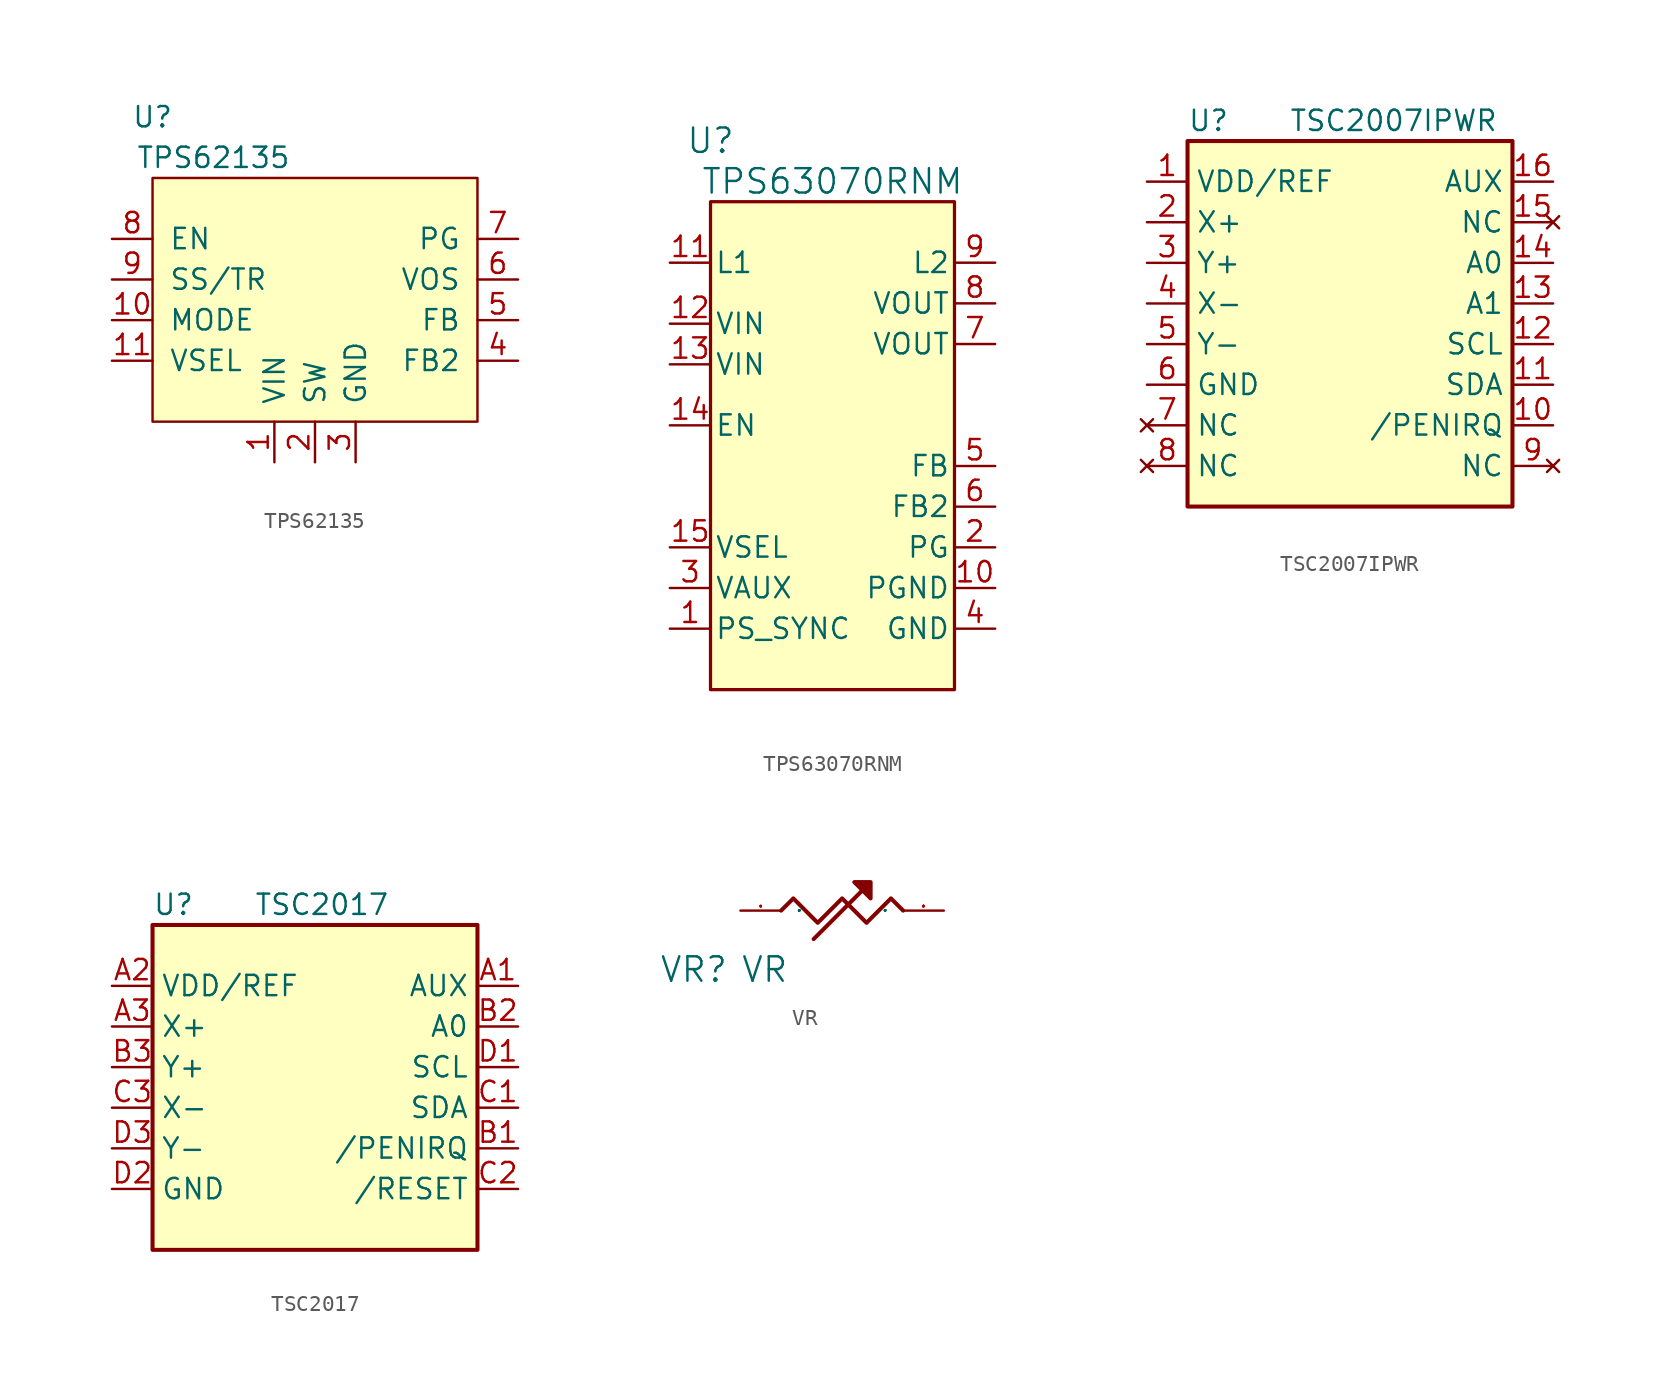
<source format=kicad_sym>
(kicad_symbol_lib
  (version 20201005)
  (generator kicad_symbol_editor)
  (symbol "mSchLibrary:TPS62135"
    (pin_names
      (offset 1.016))
    (property "Reference" "U"
      (at -10.16 11.43 0)
      (effects (font (size 1.27 1.27))))
    (property "Value" "TPS62135"
      (at -6.35 8.89 0)
      (effects (font (size 1.27 1.27))))
    (symbol "TPS62135_0_0"
      (pin power_in line (at -2.54 -10.16 90) (length 2.54) (name "VIN" (effects (font (size 1.27 1.27)))) (number "1" (effects (font (size 1.27 1.27)))))
      (pin input line (at -12.7 -1.27 0) (length 2.54) (name "MODE" (effects (font (size 1.27 1.27)))) (number "10" (effects (font (size 1.27 1.27)))))
      (pin input line (at -12.7 -3.81 0) (length 2.54) (name "VSEL" (effects (font (size 1.27 1.27)))) (number "11" (effects (font (size 1.27 1.27)))))
      (pin power_out line (at 0 -10.16 90) (length 2.54) (name "SW" (effects (font (size 1.27 1.27)))) (number "2" (effects (font (size 1.27 1.27)))))
      (pin power_in line (at 2.54 -10.16 90) (length 2.54) (name "GND" (effects (font (size 1.27 1.27)))) (number "3" (effects (font (size 1.27 1.27)))))
      (pin output line (at 12.7 -3.81 180) (length 2.54) (name "FB2" (effects (font (size 1.27 1.27)))) (number "4" (effects (font (size 1.27 1.27)))))
      (pin input line (at 12.7 -1.27 180) (length 2.54) (name "FB" (effects (font (size 1.27 1.27)))) (number "5" (effects (font (size 1.27 1.27)))))
      (pin input line (at 12.7 1.27 180) (length 2.54) (name "VOS" (effects (font (size 1.27 1.27)))) (number "6" (effects (font (size 1.27 1.27)))))
      (pin output line (at 12.7 3.81 180) (length 2.54) (name "PG" (effects (font (size 1.27 1.27)))) (number "7" (effects (font (size 1.27 1.27)))))
      (pin input line (at -12.7 3.81 0) (length 2.54) (name "EN" (effects (font (size 1.27 1.27)))) (number "8" (effects (font (size 1.27 1.27)))))
      (pin input line (at -12.7 1.27 0) (length 2.54) (name "SS/TR" (effects (font (size 1.27 1.27)))) (number "9" (effects (font (size 1.27 1.27))))))
    (symbol "TPS62135_0_1"
      (rectangle (start -10.16 7.62) (end 10.16 -7.62) (stroke (width 0)) (fill (type background)))))
  (symbol "mSchLibrary:TPS63070RNM"
    (pin_names
      (offset 0.254))
    (property "Reference" "U"
      (at -7.62 19.05 0)
      (effects (font (size 1.524 1.524))))
    (property "Value" "TPS63070RNM"
      (at 0 16.51 0)
      (effects (font (size 1.524 1.524))))
    (symbol "TPS63070RNM_0_0"
      (rectangle (start 7.62 15.24) (end -7.62 -15.24) (stroke (width 0.203)) (fill (type background))))
    (symbol "TPS63070RNM_1_0"
      (pin input line (at -10.16 -11.43 0) (length 2.54) (name "PS_SYNC" (effects (font (size 1.27 1.27)))) (number "1" (effects (font (size 1.27 1.27)))))
      (pin power_in line (at 10.16 -8.89 180) (length 2.54) (name "PGND" (effects (font (size 1.27 1.27)))) (number "10" (effects (font (size 1.27 1.27)))))
      (pin input line (at -10.16 11.43 0) (length 2.54) (name "L1" (effects (font (size 1.27 1.27)))) (number "11" (effects (font (size 1.27 1.27)))))
      (pin power_in line (at -10.16 7.62 0) (length 2.54) (name "VIN" (effects (font (size 1.27 1.27)))) (number "12" (effects (font (size 1.27 1.27)))))
      (pin power_in line (at -10.16 5.08 0) (length 2.54) (name "VIN" (effects (font (size 1.27 1.27)))) (number "13" (effects (font (size 1.27 1.27)))))
      (pin input line (at -10.16 1.27 0) (length 2.54) (name "EN" (effects (font (size 1.27 1.27)))) (number "14" (effects (font (size 1.27 1.27)))))
      (pin input line (at -10.16 -6.35 0) (length 2.54) (name "VSEL" (effects (font (size 1.27 1.27)))) (number "15" (effects (font (size 1.27 1.27)))))
      (pin output line (at 10.16 -6.35 180) (length 2.54) (name "PG" (effects (font (size 1.27 1.27)))) (number "2" (effects (font (size 1.27 1.27)))))
      (pin output line (at -10.16 -8.89 0) (length 2.54) (name "VAUX" (effects (font (size 1.27 1.27)))) (number "3" (effects (font (size 1.27 1.27)))))
      (pin input line (at 10.16 -11.43 180) (length 2.54) (name "GND" (effects (font (size 1.27 1.27)))) (number "4" (effects (font (size 1.27 1.27)))))
      (pin input line (at 10.16 -1.27 180) (length 2.54) (name "FB" (effects (font (size 1.27 1.27)))) (number "5" (effects (font (size 1.27 1.27)))))
      (pin output line (at 10.16 -3.81 180) (length 2.54) (name "FB2" (effects (font (size 1.27 1.27)))) (number "6" (effects (font (size 1.27 1.27)))))
      (pin power_out line (at 10.16 6.35 180) (length 2.54) (name "VOUT" (effects (font (size 1.27 1.27)))) (number "7" (effects (font (size 1.27 1.27)))))
      (pin power_out line (at 10.16 8.89 180) (length 2.54) (name "VOUT" (effects (font (size 1.27 1.27)))) (number "8" (effects (font (size 1.27 1.27)))))
      (pin input line (at 10.16 11.43 180) (length 2.54) (name "L2" (effects (font (size 1.27 1.27)))) (number "9" (effects (font (size 1.27 1.27)))))))
  (symbol "mSchLibrary:TSC2007IPWR"
    (property "Reference" "U"
      (at -10.16 12.7 0)
      (effects (font (size 1.27 1.27)) (justify left)))
    (property "Value" "TSC2007IPWR"
      (at -3.81 12.7 0)
      (effects (font (size 1.27 1.27)) (justify left)))
    (symbol "TSC2007IPWR_0_1"
      (rectangle (start -10.16 11.43) (end 10.16 -11.43) (stroke (width 0.254)) (fill (type background))))
    (symbol "TSC2007IPWR_1_1"
      (pin power_in line (at -12.7 8.89 0) (length 2.54) (name "VDD/REF" (effects (font (size 1.27 1.27)))) (number "1" (effects (font (size 1.27 1.27)))))
      (pin bidirectional line (at 12.7 -6.35 180) (length 2.54) (name "/PENIRQ" (effects (font (size 1.27 1.27)))) (number "10" (effects (font (size 1.27 1.27)))))
      (pin bidirectional line (at 12.7 -3.81 180) (length 2.54) (name "SDA" (effects (font (size 1.27 1.27)))) (number "11" (effects (font (size 1.27 1.27)))))
      (pin input line (at 12.7 -1.27 180) (length 2.54) (name "SCL" (effects (font (size 1.27 1.27)))) (number "12" (effects (font (size 1.27 1.27)))))
      (pin input line (at 12.7 1.27 180) (length 2.54) (name "A1" (effects (font (size 1.27 1.27)))) (number "13" (effects (font (size 1.27 1.27)))))
      (pin input line (at 12.7 3.81 180) (length 2.54) (name "A0" (effects (font (size 1.27 1.27)))) (number "14" (effects (font (size 1.27 1.27)))))
      (pin no_connect line (at 12.7 6.35 180) (length 2.54) (name "NC" (effects (font (size 1.27 1.27)))) (number "15" (effects (font (size 1.27 1.27)))))
      (pin input line (at 12.7 8.89 180) (length 2.54) (name "AUX" (effects (font (size 1.27 1.27)))) (number "16" (effects (font (size 1.27 1.27)))))
      (pin input line (at -12.7 6.35 0) (length 2.54) (name "X+" (effects (font (size 1.27 1.27)))) (number "2" (effects (font (size 1.27 1.27)))))
      (pin input line (at -12.7 3.81 0) (length 2.54) (name "Y+" (effects (font (size 1.27 1.27)))) (number "3" (effects (font (size 1.27 1.27)))))
      (pin input line (at -12.7 1.27 0) (length 2.54) (name "X-" (effects (font (size 1.27 1.27)))) (number "4" (effects (font (size 1.27 1.27)))))
      (pin input line (at -12.7 -1.27 0) (length 2.54) (name "Y-" (effects (font (size 1.27 1.27)))) (number "5" (effects (font (size 1.27 1.27)))))
      (pin power_in line (at -12.7 -3.81 0) (length 2.54) (name "GND" (effects (font (size 1.27 1.27)))) (number "6" (effects (font (size 1.27 1.27)))))
      (pin no_connect line (at -12.7 -6.35 0) (length 2.54) (name "NC" (effects (font (size 1.27 1.27)))) (number "7" (effects (font (size 1.27 1.27)))))
      (pin no_connect line (at -12.7 -8.89 0) (length 2.54) (name "NC" (effects (font (size 1.27 1.27)))) (number "8" (effects (font (size 1.27 1.27)))))
      (pin no_connect line (at 12.7 -8.89 180) (length 2.54) (name "NC" (effects (font (size 1.27 1.27)))) (number "9" (effects (font (size 1.27 1.27)))))))
  (symbol "mSchLibrary:TSC2017"
    (property "Reference" "U"
      (at -10.16 11.43 0)
      (effects (font (size 1.27 1.27)) (justify left)))
    (property "Value" "TSC2017"
      (at -3.81 11.43 0)
      (effects (font (size 1.27 1.27)) (justify left)))
    (symbol "TSC2017_0_0"
      (pin input line (at 12.7 -6.35 180) (length 2.54) (name "/RESET" (effects (font (size 1.27 1.27)))) (number "C2" (effects (font (size 1.27 1.27))))))
    (symbol "TSC2017_0_1"
      (rectangle (start -10.16 10.16) (end 10.16 -10.16) (stroke (width 0.254)) (fill (type background))))
    (symbol "TSC2017_1_1"
      (pin input line (at 12.7 6.35 180) (length 2.54) (name "AUX" (effects (font (size 1.27 1.27)))) (number "A1" (effects (font (size 1.27 1.27)))))
      (pin power_in line (at -12.7 6.35 0) (length 2.54) (name "VDD/REF" (effects (font (size 1.27 1.27)))) (number "A2" (effects (font (size 1.27 1.27)))))
      (pin input line (at -12.7 3.81 0) (length 2.54) (name "X+" (effects (font (size 1.27 1.27)))) (number "A3" (effects (font (size 1.27 1.27)))))
      (pin output line (at 12.7 -3.81 180) (length 2.54) (name "/PENIRQ" (effects (font (size 1.27 1.27)))) (number "B1" (effects (font (size 1.27 1.27)))))
      (pin input line (at 12.7 3.81 180) (length 2.54) (name "A0" (effects (font (size 1.27 1.27)))) (number "B2" (effects (font (size 1.27 1.27)))))
      (pin input line (at -12.7 1.27 0) (length 2.54) (name "Y+" (effects (font (size 1.27 1.27)))) (number "B3" (effects (font (size 1.27 1.27)))))
      (pin bidirectional line (at 12.7 -1.27 180) (length 2.54) (name "SDA" (effects (font (size 1.27 1.27)))) (number "C1" (effects (font (size 1.27 1.27)))))
      (pin input line (at -12.7 -1.27 0) (length 2.54) (name "X-" (effects (font (size 1.27 1.27)))) (number "C3" (effects (font (size 1.27 1.27)))))
      (pin input line (at 12.7 1.27 180) (length 2.54) (name "SCL" (effects (font (size 1.27 1.27)))) (number "D1" (effects (font (size 1.27 1.27)))))
      (pin power_in line (at -12.7 -6.35 0) (length 2.54) (name "GND" (effects (font (size 1.27 1.27)))) (number "D2" (effects (font (size 1.27 1.27)))))
      (pin input line (at -12.7 -3.81 0) (length 2.54) (name "Y-" (effects (font (size 1.27 1.27)))) (number "D3" (effects (font (size 1.27 1.27)))))))
  (symbol "mSchLibrary:VR"
    (pin_names
      (offset 1.016))
    (property "Reference" "VR"
      (at -7.62 -7.112 0)
      (effects (font (size 1.524 1.524)) (justify left bottom)))
    (property "Value" "VR"
      (at -2.54 -7.112 0)
      (effects (font (size 1.524 1.524)) (justify left bottom)))
    (property "Footprint" ""
      (at 0 0 0)
      (effects (font (size 1.524 1.524))))
    (property "Datasheet" ""
      (at 0 0 0)
      (effects (font (size 1.524 1.524))))
    (symbol "VR_0_1"
      (polyline (pts (xy 5.08 -1.27) (xy 2.032 -4.318)) (stroke (width 0.254)) (fill (type none)))
      (polyline (pts (xy 4.572 -0.762) (xy 5.588 -0.762) (xy 5.588 -1.778) (xy 4.572 -0.762)) (stroke (width 0.254)) (fill (type outline)))
      (polyline (pts (xy 0 -2.54) (xy 0.762 -1.778) (xy 2.286 -3.302) (xy 3.81 -1.778) (xy 5.334 -3.302) (xy 6.858 -1.778) (xy 7.62 -2.54)) (stroke (width 0.254)) (fill (type none)))
      (pin passive line (at -2.54 -2.54 0) (length 2.54) (name "P" (effects (font (size 0.025 0.025)))) (number "1" (effects (font (size 0.025 0.025)))))
      (pin passive line (at 10.16 -2.54 180) (length 2.54) (name "P" (effects (font (size 0.025 0.025)))) (number "2" (effects (font (size 0.025 0.025))))))))
</source>
